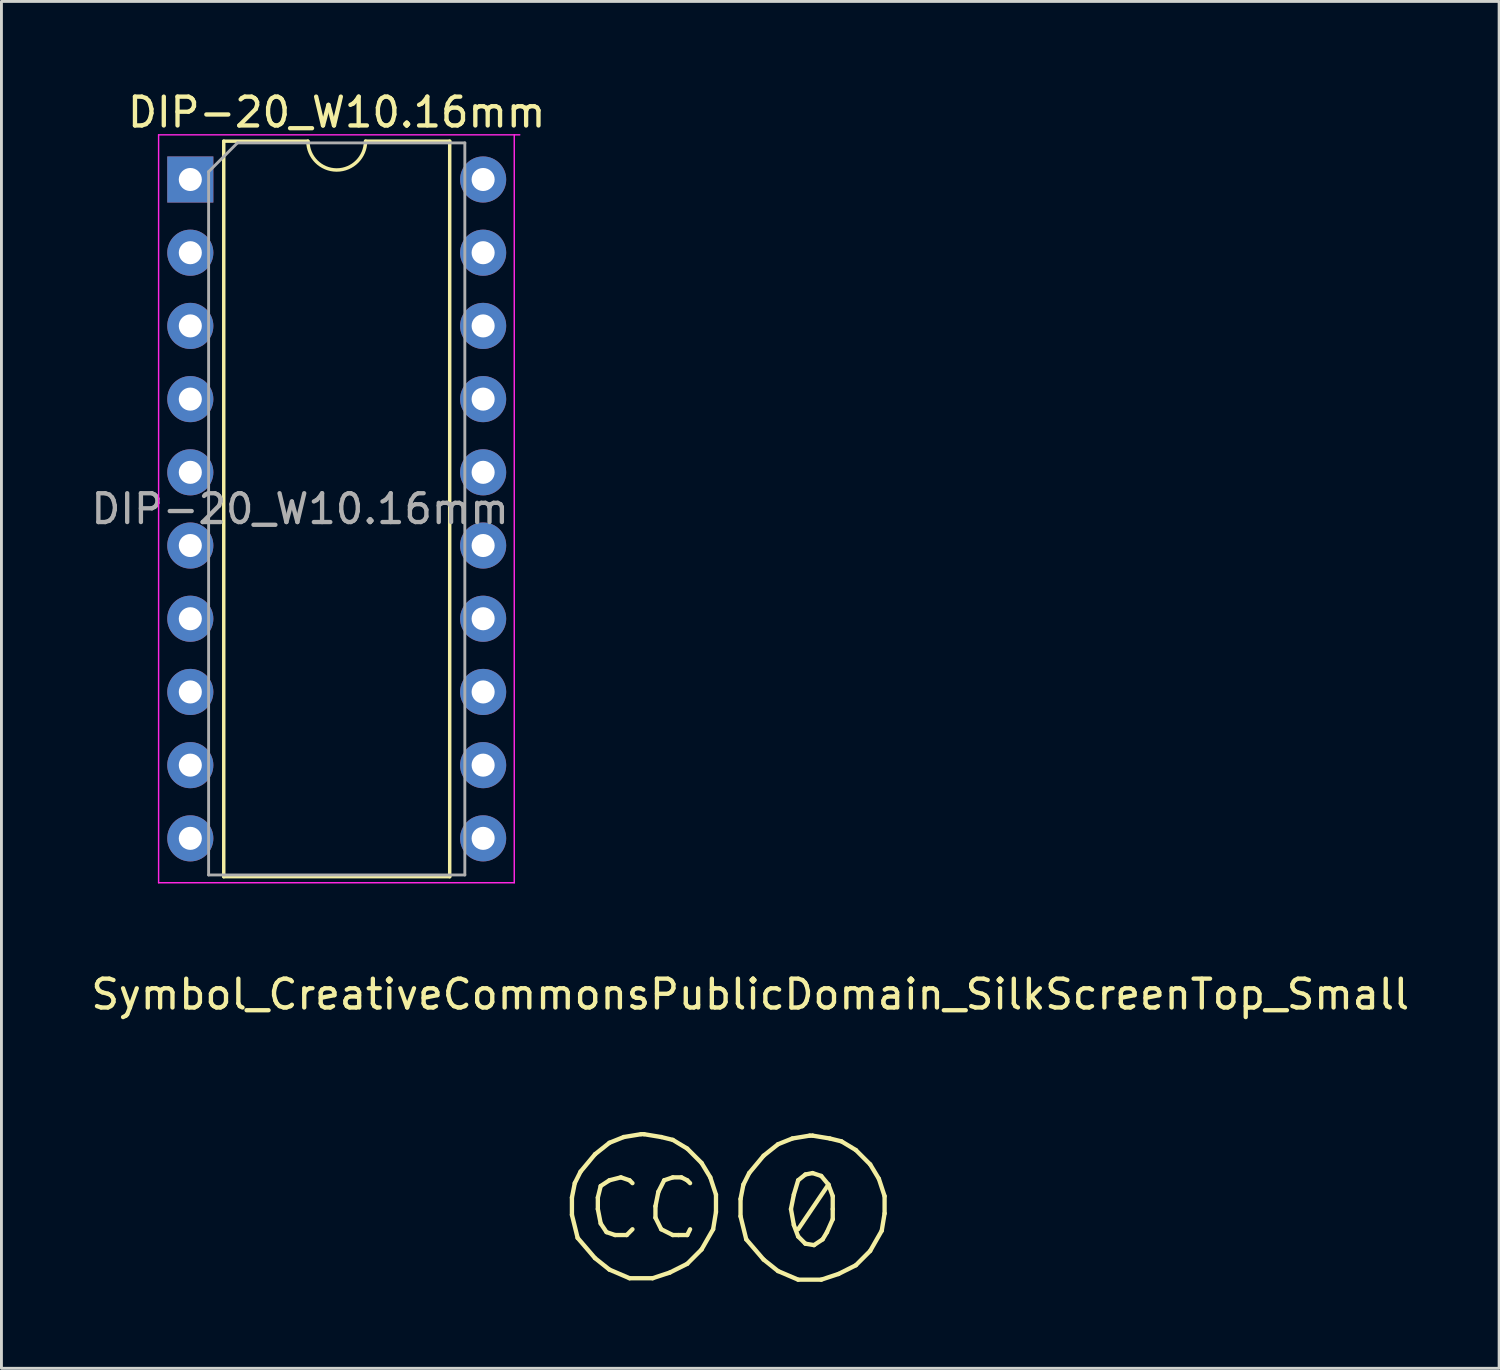
<source format=kicad_pcb>
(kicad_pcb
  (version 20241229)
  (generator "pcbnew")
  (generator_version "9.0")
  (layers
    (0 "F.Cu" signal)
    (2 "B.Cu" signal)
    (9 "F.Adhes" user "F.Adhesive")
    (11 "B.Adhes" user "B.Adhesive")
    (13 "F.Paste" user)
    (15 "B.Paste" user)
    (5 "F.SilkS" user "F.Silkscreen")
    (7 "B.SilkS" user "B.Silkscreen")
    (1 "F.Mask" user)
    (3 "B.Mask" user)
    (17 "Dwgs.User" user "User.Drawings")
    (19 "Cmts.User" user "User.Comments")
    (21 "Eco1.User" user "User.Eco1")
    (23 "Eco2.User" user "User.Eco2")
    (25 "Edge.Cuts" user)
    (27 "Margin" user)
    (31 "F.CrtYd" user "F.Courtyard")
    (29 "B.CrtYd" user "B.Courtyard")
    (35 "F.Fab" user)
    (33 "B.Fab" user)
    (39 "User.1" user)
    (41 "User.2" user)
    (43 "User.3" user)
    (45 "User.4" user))
  (footprint "Symbol_CreativeCommonsPublicDomain_SilkScreenTop_Small"
    (layer "F.Cu")
    (at 22.383 38.751)
    (property "Reference" "Symbol_CreativeCommonsPublicDomain_SilkScreenTop_Small" (at 0.599 -7.3 0) (layer "F.SilkS") (effects (font (size 1 1) (thickness 0.15))))
    (attr exclude_from_pos_files exclude_from_bom)
    (fp_line (start -5.589 -0.25) (end -5.589 0.35) (stroke (width 0.15) (type solid)) (layer "F.SilkS"))
    (fp_line (start -5.589 0.35) (end -5.391 1.15) (stroke (width 0.15) (type solid)) (layer "F.SilkS"))
    (fp_line (start -5.49 -0.75) (end -5.589 -0.25) (stroke (width 0.15) (type solid)) (layer "F.SilkS"))
    (fp_line (start -5.391 1.15) (end -4.789 1.851) (stroke (width 0.15) (type solid)) (layer "F.SilkS"))
    (fp_line (start -5.29 -1.149) (end -5.49 -0.75) (stroke (width 0.15) (type solid)) (layer "F.SilkS"))
    (fp_line (start -4.789 -1.751) (end -5.29 -1.149) (stroke (width 0.15) (type solid)) (layer "F.SilkS"))
    (fp_line (start -4.789 1.851) (end -4.289 2.25) (stroke (width 0.15) (type solid)) (layer "F.SilkS"))
    (fp_line (start -4.69 -0.25) (end -4.69 0.149) (stroke (width 0.15) (type solid)) (layer "F.SilkS"))
    (fp_line (start -4.69 0.149) (end -4.591 0.649) (stroke (width 0.15) (type solid)) (layer "F.SilkS"))
    (fp_line (start -4.591 -0.651) (end -4.69 -0.25) (stroke (width 0.15) (type solid)) (layer "F.SilkS"))
    (fp_line (start -4.591 0.649) (end -4.39 0.949) (stroke (width 0.15) (type solid)) (layer "F.SilkS"))
    (fp_line (start -4.39 0.949) (end -4.091 1.051) (stroke (width 0.15) (type solid)) (layer "F.SilkS"))
    (fp_line (start -4.289 -2.15) (end -4.789 -1.751) (stroke (width 0.15) (type solid)) (layer "F.SilkS"))
    (fp_line (start -4.289 -0.849) (end -4.591 -0.651) (stroke (width 0.15) (type solid)) (layer "F.SilkS"))
    (fp_line (start -4.289 2.25) (end -3.59 2.549) (stroke (width 0.15) (type solid)) (layer "F.SilkS"))
    (fp_line (start -4.091 1.051) (end -3.689 1.051) (stroke (width 0.15) (type solid)) (layer "F.SilkS"))
    (fp_line (start -3.89 -0.951) (end -4.289 -0.849) (stroke (width 0.15) (type solid)) (layer "F.SilkS"))
    (fp_line (start -3.791 -2.35) (end -4.289 -2.15) (stroke (width 0.15) (type solid)) (layer "F.SilkS"))
    (fp_line (start -3.689 1.051) (end -3.489 0.85) (stroke (width 0.15) (type solid)) (layer "F.SilkS"))
    (fp_line (start -3.59 -0.849) (end -3.89 -0.951) (stroke (width 0.15) (type solid)) (layer "F.SilkS"))
    (fp_line (start -3.59 2.549) (end -2.79 2.549) (stroke (width 0.15) (type solid)) (layer "F.SilkS"))
    (fp_line (start -3.489 -0.75) (end -3.59 -0.849) (stroke (width 0.15) (type solid)) (layer "F.SilkS"))
    (fp_line (start -3.189 -2.449) (end -3.791 -2.35) (stroke (width 0.15) (type solid)) (layer "F.SilkS"))
    (fp_line (start -3.09 -2.449) (end -3.189 -2.449) (stroke (width 0.15) (type solid)) (layer "F.SilkS"))
    (fp_line (start -2.79 2.549) (end -2.191 2.351) (stroke (width 0.15) (type solid)) (layer "F.SilkS"))
    (fp_line (start -2.691 0.05) (end -2.691 0.449) (stroke (width 0.15) (type solid)) (layer "F.SilkS"))
    (fp_line (start -2.691 0.449) (end -2.491 0.85) (stroke (width 0.15) (type solid)) (layer "F.SilkS"))
    (fp_line (start -2.59 -0.45) (end -2.691 0.05) (stroke (width 0.15) (type solid)) (layer "F.SilkS"))
    (fp_line (start -2.491 -2.35) (end -3.09 -2.449) (stroke (width 0.15) (type solid)) (layer "F.SilkS"))
    (fp_line (start -2.491 0.85) (end -2.089 1.051) (stroke (width 0.15) (type solid)) (layer "F.SilkS"))
    (fp_line (start -2.389 -0.849) (end -2.59 -0.45) (stroke (width 0.15) (type solid)) (layer "F.SilkS"))
    (fp_line (start -2.191 2.351) (end -1.589 2.049) (stroke (width 0.15) (type solid)) (layer "F.SilkS"))
    (fp_line (start -2.089 -2.251) (end -2.491 -2.35) (stroke (width 0.15) (type solid)) (layer "F.SilkS"))
    (fp_line (start -2.089 -0.951) (end -2.389 -0.849) (stroke (width 0.15) (type solid)) (layer "F.SilkS"))
    (fp_line (start -2.089 1.051) (end -1.891 1.051) (stroke (width 0.15) (type solid)) (layer "F.SilkS"))
    (fp_line (start -1.891 1.051) (end -1.589 1.051) (stroke (width 0.15) (type solid)) (layer "F.SilkS"))
    (fp_line (start -1.79 -0.951) (end -2.089 -0.951) (stroke (width 0.15) (type solid)) (layer "F.SilkS"))
    (fp_line (start -1.589 -1.949) (end -2.089 -2.251) (stroke (width 0.15) (type solid)) (layer "F.SilkS"))
    (fp_line (start -1.589 -0.849) (end -1.79 -0.951) (stroke (width 0.15) (type solid)) (layer "F.SilkS"))
    (fp_line (start -1.589 1.051) (end -1.49 0.85) (stroke (width 0.15) (type solid)) (layer "F.SilkS"))
    (fp_line (start -1.589 2.049) (end -1.091 1.551) (stroke (width 0.15) (type solid)) (layer "F.SilkS"))
    (fp_line (start -1.49 -0.75) (end -1.589 -0.849) (stroke (width 0.15) (type solid)) (layer "F.SilkS"))
    (fp_line (start -1.091 -1.451) (end -1.589 -1.949) (stroke (width 0.15) (type solid)) (layer "F.SilkS"))
    (fp_line (start -1.091 1.551) (end -0.69 0.85) (stroke (width 0.15) (type solid)) (layer "F.SilkS"))
    (fp_line (start -0.789 -0.951) (end -1.091 -1.451) (stroke (width 0.15) (type solid)) (layer "F.SilkS"))
    (fp_line (start -0.69 0.85) (end -0.591 0.251) (stroke (width 0.15) (type solid)) (layer "F.SilkS"))
    (fp_line (start -0.591 -0.349) (end -0.789 -0.951) (stroke (width 0.15) (type solid)) (layer "F.SilkS"))
    (fp_line (start -0.591 0.251) (end -0.591 -0.349) (stroke (width 0.15) (type solid)) (layer "F.SilkS"))
    (fp_line (start 0.261 -0.2) (end 0.261 0.4) (stroke (width 0.15) (type solid)) (layer "F.SilkS"))
    (fp_line (start 0.261 0.4) (end 0.459 1.2) (stroke (width 0.15) (type solid)) (layer "F.SilkS"))
    (fp_line (start 0.36 -0.7) (end 0.261 -0.2) (stroke (width 0.15) (type solid)) (layer "F.SilkS"))
    (fp_line (start 0.459 1.2) (end 1.061 1.901) (stroke (width 0.15) (type solid)) (layer "F.SilkS"))
    (fp_line (start 0.56 -1.099) (end 0.36 -0.7) (stroke (width 0.15) (type solid)) (layer "F.SilkS"))
    (fp_line (start 1.061 -1.701) (end 0.56 -1.099) (stroke (width 0.15) (type solid)) (layer "F.SilkS"))
    (fp_line (start 1.061 1.901) (end 1.561 2.3) (stroke (width 0.15) (type solid)) (layer "F.SilkS"))
    (fp_line (start 1.561 -2.1) (end 1.061 -1.701) (stroke (width 0.15) (type solid)) (layer "F.SilkS"))
    (fp_line (start 1.561 2.3) (end 2.26 2.599) (stroke (width 0.15) (type solid)) (layer "F.SilkS"))
    (fp_line (start 2.01 0.15) (end 2.11 -0.35) (stroke (width 0.15) (type solid)) (layer "F.SilkS"))
    (fp_line (start 2.059 -2.3) (end 1.561 -2.1) (stroke (width 0.15) (type solid)) (layer "F.SilkS"))
    (fp_line (start 2.11 -0.35) (end 2.26 -0.85) (stroke (width 0.15) (type solid)) (layer "F.SilkS"))
    (fp_line (start 2.11 0.7) (end 2.01 0.15) (stroke (width 0.15) (type solid)) (layer "F.SilkS"))
    (fp_line (start 2.26 2.599) (end 3.06 2.599) (stroke (width 0.15) (type solid)) (layer "F.SilkS"))
    (fp_line (start 2.26 -0.85) (end 2.51 -1.05) (stroke (width 0.15) (type solid)) (layer "F.SilkS"))
    (fp_line (start 2.26 1.1) (end 2.11 0.7) (stroke (width 0.15) (type solid)) (layer "F.SilkS"))
    (fp_line (start 2.51 -1.05) (end 2.76 -1.1) (stroke (width 0.15) (type solid)) (layer "F.SilkS"))
    (fp_line (start 2.51 1.35) (end 2.26 1.1) (stroke (width 0.15) (type solid)) (layer "F.SilkS"))
    (fp_line (start 2.661 -2.399) (end 2.059 -2.3) (stroke (width 0.15) (type solid)) (layer "F.SilkS"))
    (fp_line (start 2.76 -2.399) (end 2.661 -2.399) (stroke (width 0.15) (type solid)) (layer "F.SilkS"))
    (fp_line (start 2.76 -1.1) (end 3.06 -1) (stroke (width 0.15) (type solid)) (layer "F.SilkS"))
    (fp_line (start 2.81 1.4) (end 2.51 1.35) (stroke (width 0.15) (type solid)) (layer "F.SilkS"))
    (fp_line (start 3.06 2.599) (end 3.659 2.401) (stroke (width 0.15) (type solid)) (layer "F.SilkS"))
    (fp_line (start 3.06 -1) (end 3.31 -0.7) (stroke (width 0.15) (type solid)) (layer "F.SilkS"))
    (fp_line (start 3.11 1.2) (end 2.81 1.4) (stroke (width 0.15) (type solid)) (layer "F.SilkS"))
    (fp_line (start 3.26 0.95) (end 3.11 1.2) (stroke (width 0.15) (type solid)) (layer "F.SilkS"))
    (fp_line (start 3.31 -0.7) (end 2.26 0.85) (stroke (width 0.15) (type solid)) (layer "F.SilkS"))
    (fp_line (start 3.31 -0.7) (end 3.46 -0.3) (stroke (width 0.15) (type solid)) (layer "F.SilkS"))
    (fp_line (start 3.359 -2.3) (end 2.76 -2.399) (stroke (width 0.15) (type solid)) (layer "F.SilkS"))
    (fp_line (start 3.46 -0.3) (end 3.46 0.15) (stroke (width 0.15) (type solid)) (layer "F.SilkS"))
    (fp_line (start 3.46 0.15) (end 3.46 0.5) (stroke (width 0.15) (type solid)) (layer "F.SilkS"))
    (fp_line (start 3.46 0.5) (end 3.26 0.95) (stroke (width 0.15) (type solid)) (layer "F.SilkS"))
    (fp_line (start 3.659 2.401) (end 4.261 2.099) (stroke (width 0.15) (type solid)) (layer "F.SilkS"))
    (fp_line (start 3.761 -2.201) (end 3.359 -2.3) (stroke (width 0.15) (type solid)) (layer "F.SilkS"))
    (fp_line (start 4.261 -1.899) (end 3.761 -2.201) (stroke (width 0.15) (type solid)) (layer "F.SilkS"))
    (fp_line (start 4.261 2.099) (end 4.759 1.601) (stroke (width 0.15) (type solid)) (layer "F.SilkS"))
    (fp_line (start 4.759 -1.401) (end 4.261 -1.899) (stroke (width 0.15) (type solid)) (layer "F.SilkS"))
    (fp_line (start 4.759 1.601) (end 5.16 0.9) (stroke (width 0.15) (type solid)) (layer "F.SilkS"))
    (fp_line (start 5.061 -0.901) (end 4.759 -1.401) (stroke (width 0.15) (type solid)) (layer "F.SilkS"))
    (fp_line (start 5.16 0.9) (end 5.259 0.301) (stroke (width 0.15) (type solid)) (layer "F.SilkS"))
    (fp_line (start 5.259 -0.299) (end 5.061 -0.901) (stroke (width 0.15) (type solid)) (layer "F.SilkS"))
    (fp_line (start 5.259 0.301) (end 5.259 -0.299) (stroke (width 0.15) (type solid)) (layer "F.SilkS")))
  (footprint "DIP-20_W10.16mm"
    (layer "F.Cu")
    (at 3.553 3.178)
    (property "Reference" "DIP-20_W10.16mm" (at 5.08 -2.33 0) (layer "F.SilkS") (effects (font (size 1 1) (thickness 0.15))))
    (attr through_hole)
    (fp_line (start 1.16 -1.33) (end 1.16 24.19) (stroke (width 0.12) (type solid)) (layer "F.SilkS"))
    (fp_line (start 1.16 24.19) (end 9 24.19) (stroke (width 0.12) (type solid)) (layer "F.SilkS"))
    (fp_line (start 4.08 -1.33) (end 1.16 -1.33) (stroke (width 0.12) (type solid)) (layer "F.SilkS"))
    (fp_line (start 9 -1.33) (end 6.08 -1.33) (stroke (width 0.12) (type solid)) (layer "F.SilkS"))
    (fp_line (start 9 24.19) (end 9 -1.33) (stroke (width 0.12) (type solid)) (layer "F.SilkS"))
    (fp_arc (start 6.08 -1.33) (mid 5.08 -0.33) (end 4.08 -1.33) (stroke (width 0.12) (type solid)) (layer "F.SilkS"))
    (fp_line (start -1.1 -1.55) (end -1.1 24.4) (stroke (width 0.05) (type solid)) (layer "F.CrtYd"))
    (fp_line (start -1.1 24.4) (end 11.24 24.4) (stroke (width 0.05) (type solid)) (layer "F.CrtYd"))
    (fp_line (start 11.24 24.4) (end 11.24 -1.55) (stroke (width 0.05) (type solid)) (layer "F.CrtYd"))
    (fp_line (start 11.43 -1.55) (end -1.1 -1.55) (stroke (width 0.05) (type solid)) (layer "F.CrtYd"))
    (fp_line (start 0.635 -0.27) (end 1.635 -1.27) (stroke (width 0.1) (type solid)) (layer "F.Fab"))
    (fp_line (start 0.635 24.13) (end 0.635 -0.27) (stroke (width 0.1) (type solid)) (layer "F.Fab"))
    (fp_line (start 1.635 -1.27) (end 9.525 -1.27) (stroke (width 0.1) (type solid)) (layer "F.Fab"))
    (fp_line (start 9.525 -1.27) (end 9.525 24.13) (stroke (width 0.1) (type solid)) (layer "F.Fab"))
    (fp_line (start 9.525 24.13) (end 0.635 24.13) (stroke (width 0.1) (type solid)) (layer "F.Fab"))
    (fp_text user "${REFERENCE}" (at 3.81 11.43 0) (layer "F.Fab") (effects (font (size 1 1) (thickness 0.15))))
    (pad "1" thru_hole rect (at 0 0) (size 1.6 1.6) (drill 0.8) (layers "*.Cu" "*.Mask"))
    (pad "2" thru_hole oval (at 0 2.54) (size 1.6 1.6) (drill 0.8) (layers "*.Cu" "*.Mask"))
    (pad "3" thru_hole oval (at 0 5.08) (size 1.6 1.6) (drill 0.8) (layers "*.Cu" "*.Mask"))
    (pad "4" thru_hole oval (at 0 7.62) (size 1.6 1.6) (drill 0.8) (layers "*.Cu" "*.Mask"))
    (pad "5" thru_hole oval (at 0 10.16) (size 1.6 1.6) (drill 0.8) (layers "*.Cu" "*.Mask"))
    (pad "6" thru_hole oval (at 0 12.7) (size 1.6 1.6) (drill 0.8) (layers "*.Cu" "*.Mask"))
    (pad "7" thru_hole oval (at 0 15.24) (size 1.6 1.6) (drill 0.8) (layers "*.Cu" "*.Mask"))
    (pad "8" thru_hole oval (at 0 17.78) (size 1.6 1.6) (drill 0.8) (layers "*.Cu" "*.Mask"))
    (pad "9" thru_hole oval (at 0 20.32) (size 1.6 1.6) (drill 0.8) (layers "*.Cu" "*.Mask"))
    (pad "10" thru_hole oval (at 0 22.86) (size 1.6 1.6) (drill 0.8) (layers "*.Cu" "*.Mask"))
    (pad "11" thru_hole oval (at 10.16 22.86) (size 1.6 1.6) (drill 0.8) (layers "*.Cu" "*.Mask"))
    (pad "12" thru_hole oval (at 10.16 20.32) (size 1.6 1.6) (drill 0.8) (layers "*.Cu" "*.Mask"))
    (pad "13" thru_hole oval (at 10.16 17.78) (size 1.6 1.6) (drill 0.8) (layers "*.Cu" "*.Mask"))
    (pad "14" thru_hole oval (at 10.16 15.24) (size 1.6 1.6) (drill 0.8) (layers "*.Cu" "*.Mask"))
    (pad "15" thru_hole oval (at 10.16 12.7) (size 1.6 1.6) (drill 0.8) (layers "*.Cu" "*.Mask"))
    (pad "16" thru_hole oval (at 10.16 10.16) (size 1.6 1.6) (drill 0.8) (layers "*.Cu" "*.Mask"))
    (pad "17" thru_hole oval (at 10.16 7.62) (size 1.6 1.6) (drill 0.8) (layers "*.Cu" "*.Mask"))
    (pad "18" thru_hole oval (at 10.16 5.08) (size 1.6 1.6) (drill 0.8) (layers "*.Cu" "*.Mask"))
    (pad "19" thru_hole oval (at 10.16 2.54) (size 1.6 1.6) (drill 0.8) (layers "*.Cu" "*.Mask"))
    (pad "20" thru_hole oval (at 10.16 0) (size 1.6 1.6) (drill 0.8) (layers "*.Cu" "*.Mask")))
  (gr_rect
    (start -3 -3)
    (end 48.964 44.426)
    (stroke (width 0.1) (type default))
    (fill no)
    (layer "Edge.Cuts")))
</source>
